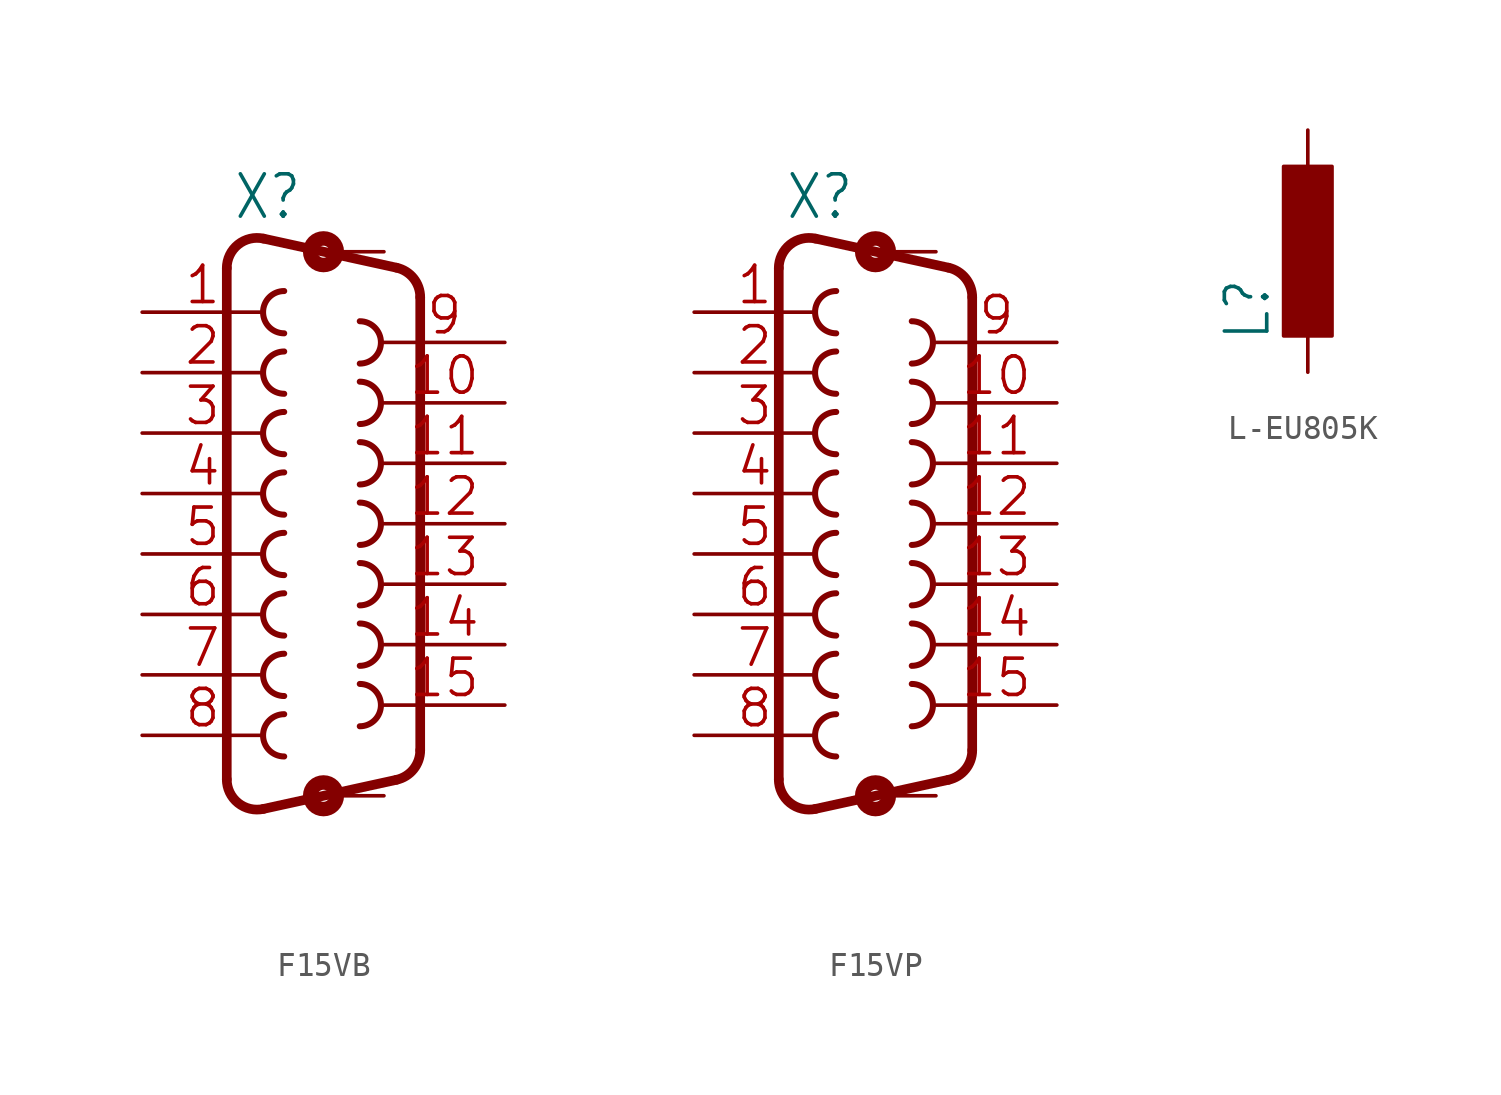
<source format=kicad_sym>
(kicad_symbol_lib
  (version 20241209)
  (generator "kicad_symbol_editor")
  (generator_version "9.0")
  (symbol "F15VB"
    (property "Reference" "X"
      (at -3.81 11.43 0)
      (effects (font (size 1.778 1.511)) (justify left bottom)))
    (property "Value" ""
      (at -4.445 -15.875 0)
      (effects (font (size 1.778 1.511)) (justify left bottom)))
    (property "ki_locked" ""
      (at 0 0 0)
      (effects (font (size 1.27 1.27))))
    (symbol "F15VB_1_0"
      (polyline (pts (xy -4.064 -12.011) (xy -4.064 9.471)) (stroke (width 0.406) (type solid)) (fill (type none)))
      (arc (start -2.5225 -13.252) (mid -3.5903 -13.0006) (end -4.064 -12.0112) (stroke (width 0.4064) (type solid)) (fill (type none)))
      (arc (start -4.064 9.4712) (mid -3.5902 10.4605) (end -2.5225 10.7119) (stroke (width 0.4064) (type solid)) (fill (type none)))
      (polyline (pts (xy -2.523 10.712) (xy 3.065 9.489)) (stroke (width 0.406) (type solid)) (fill (type none)))
      (polyline (pts (xy -2.523 -13.252) (xy 3.065 -12.029)) (stroke (width 0.406) (type solid)) (fill (type none)))
      (arc (start -1.651 6.731) (mid -2.54 7.62) (end -1.651 8.509) (stroke (width 0.254) (type solid)) (fill (type none)))
      (arc (start -1.651 4.191) (mid -2.54 5.08) (end -1.651 5.969) (stroke (width 0.254) (type solid)) (fill (type none)))
      (arc (start -1.651 1.651) (mid -2.54 2.54) (end -1.651 3.429) (stroke (width 0.254) (type solid)) (fill (type none)))
      (arc (start -1.651 -0.889) (mid -2.54 0) (end -1.651 0.889) (stroke (width 0.254) (type solid)) (fill (type none)))
      (arc (start -1.651 -3.429) (mid -2.54 -2.54) (end -1.651 -1.651) (stroke (width 0.254) (type solid)) (fill (type none)))
      (arc (start -1.651 -5.969) (mid -2.54 -5.08) (end -1.651 -4.191) (stroke (width 0.254) (type solid)) (fill (type none)))
      (arc (start -1.651 -8.509) (mid -2.54 -7.62) (end -1.651 -6.731) (stroke (width 0.254) (type solid)) (fill (type none)))
      (arc (start -1.651 -11.049) (mid -2.54 -10.16) (end -1.651 -9.271) (stroke (width 0.254) (type solid)) (fill (type none)))
      (circle (center 0 10.16) (radius 0.254) (stroke (width 0.61) (type solid)) (fill (type none)))
      (circle (center 0 -12.7) (radius 0.254) (stroke (width 0.61) (type solid)) (fill (type none)))
      (arc (start 1.524 7.239) (mid 2.413 6.35) (end 1.524 5.461) (stroke (width 0.254) (type solid)) (fill (type none)))
      (arc (start 1.524 4.699) (mid 2.413 3.81) (end 1.524 2.921) (stroke (width 0.254) (type solid)) (fill (type none)))
      (arc (start 1.524 2.159) (mid 2.413 1.27) (end 1.524 0.381) (stroke (width 0.254) (type solid)) (fill (type none)))
      (arc (start 1.524 -0.381) (mid 2.413 -1.27) (end 1.524 -2.159) (stroke (width 0.254) (type solid)) (fill (type none)))
      (arc (start 1.524 -2.921) (mid 2.413 -3.81) (end 1.524 -4.699) (stroke (width 0.254) (type solid)) (fill (type none)))
      (arc (start 1.524 -5.461) (mid 2.413 -6.35) (end 1.524 -7.239) (stroke (width 0.254) (type solid)) (fill (type none)))
      (arc (start 1.524 -8.001) (mid 2.413 -8.89) (end 1.524 -9.779) (stroke (width 0.254) (type solid)) (fill (type none)))
      (polyline (pts (xy 2.54 10.16) (xy 0 10.16)) (stroke (width 0.152) (type solid)) (fill (type none)))
      (polyline (pts (xy 2.54 -12.7) (xy 0 -12.7)) (stroke (width 0.152) (type solid)) (fill (type none)))
      (arc (start 4.064 -10.7887) (mid 3.7833 -11.585) (end 3.0654 -12.0294) (stroke (width 0.4064) (type solid)) (fill (type none)))
      (arc (start 3.0654 9.4895) (mid 3.7834 9.0452) (end 4.0642 8.2488) (stroke (width 0.4064) (type solid)) (fill (type none)))
      (polyline (pts (xy 4.064 -10.789) (xy 4.064 8.249)) (stroke (width 0.406) (type solid)) (fill (type none)))
      (pin passive line (at -7.62 7.62 0) (length 5.08) (name "1" (effects (font (size 0 0)))) (number "1" (effects (font (size 1.524 1.524)))))
      (pin passive line (at -7.62 5.08 0) (length 5.08) (name "2" (effects (font (size 0 0)))) (number "2" (effects (font (size 1.524 1.524)))))
      (pin passive line (at -7.62 2.54 0) (length 5.08) (name "3" (effects (font (size 0 0)))) (number "3" (effects (font (size 1.524 1.524)))))
      (pin passive line (at -7.62 0 0) (length 5.08) (name "4" (effects (font (size 0 0)))) (number "4" (effects (font (size 1.524 1.524)))))
      (pin passive line (at -7.62 -2.54 0) (length 5.08) (name "5" (effects (font (size 0 0)))) (number "5" (effects (font (size 1.524 1.524)))))
      (pin passive line (at -7.62 -5.08 0) (length 5.08) (name "6" (effects (font (size 0 0)))) (number "6" (effects (font (size 1.524 1.524)))))
      (pin passive line (at -7.62 -7.62 0) (length 5.08) (name "7" (effects (font (size 0 0)))) (number "7" (effects (font (size 1.524 1.524)))))
      (pin passive line (at -7.62 -10.16 0) (length 5.08) (name "8" (effects (font (size 0 0)))) (number "8" (effects (font (size 1.524 1.524)))))
      (pin passive line (at 7.62 6.35 180) (length 5.08) (name "9" (effects (font (size 0 0)))) (number "9" (effects (font (size 1.524 1.524)))))
      (pin passive line (at 7.62 3.81 180) (length 5.08) (name "10" (effects (font (size 0 0)))) (number "10" (effects (font (size 1.524 1.524)))))
      (pin passive line (at 7.62 1.27 180) (length 5.08) (name "11" (effects (font (size 0 0)))) (number "11" (effects (font (size 1.524 1.524)))))
      (pin passive line (at 7.62 -1.27 180) (length 5.08) (name "12" (effects (font (size 0 0)))) (number "12" (effects (font (size 1.524 1.524)))))
      (pin passive line (at 7.62 -3.81 180) (length 5.08) (name "13" (effects (font (size 0 0)))) (number "13" (effects (font (size 1.524 1.524)))))
      (pin passive line (at 7.62 -6.35 180) (length 5.08) (name "14" (effects (font (size 0 0)))) (number "14" (effects (font (size 1.524 1.524)))))
      (pin passive line (at 7.62 -8.89 180) (length 5.08) (name "15" (effects (font (size 0 0)))) (number "15" (effects (font (size 1.524 1.524)))))))
  (symbol "F15VP"
    (property "Reference" "X"
      (at -3.81 11.43 0)
      (effects (font (size 1.778 1.511)) (justify left bottom)))
    (property "Value" ""
      (at -4.445 -15.875 0)
      (effects (font (size 1.778 1.511)) (justify left bottom)))
    (property "ki_locked" ""
      (at 0 0 0)
      (effects (font (size 1.27 1.27))))
    (symbol "F15VP_1_0"
      (polyline (pts (xy -4.064 -12.011) (xy -4.064 9.471)) (stroke (width 0.406) (type solid)) (fill (type none)))
      (arc (start -2.5225 -13.252) (mid -3.5903 -13.0006) (end -4.064 -12.0112) (stroke (width 0.4064) (type solid)) (fill (type none)))
      (arc (start -4.064 9.4712) (mid -3.5902 10.4605) (end -2.5225 10.7119) (stroke (width 0.4064) (type solid)) (fill (type none)))
      (polyline (pts (xy -2.523 10.712) (xy 3.065 9.489)) (stroke (width 0.406) (type solid)) (fill (type none)))
      (polyline (pts (xy -2.523 -13.252) (xy 3.065 -12.029)) (stroke (width 0.406) (type solid)) (fill (type none)))
      (arc (start -1.651 6.731) (mid -2.54 7.62) (end -1.651 8.509) (stroke (width 0.254) (type solid)) (fill (type none)))
      (arc (start -1.651 4.191) (mid -2.54 5.08) (end -1.651 5.969) (stroke (width 0.254) (type solid)) (fill (type none)))
      (arc (start -1.651 1.651) (mid -2.54 2.54) (end -1.651 3.429) (stroke (width 0.254) (type solid)) (fill (type none)))
      (arc (start -1.651 -0.889) (mid -2.54 0) (end -1.651 0.889) (stroke (width 0.254) (type solid)) (fill (type none)))
      (arc (start -1.651 -3.429) (mid -2.54 -2.54) (end -1.651 -1.651) (stroke (width 0.254) (type solid)) (fill (type none)))
      (arc (start -1.651 -5.969) (mid -2.54 -5.08) (end -1.651 -4.191) (stroke (width 0.254) (type solid)) (fill (type none)))
      (arc (start -1.651 -8.509) (mid -2.54 -7.62) (end -1.651 -6.731) (stroke (width 0.254) (type solid)) (fill (type none)))
      (arc (start -1.651 -11.049) (mid -2.54 -10.16) (end -1.651 -9.271) (stroke (width 0.254) (type solid)) (fill (type none)))
      (circle (center 0 10.16) (radius 0.254) (stroke (width 0.61) (type solid)) (fill (type none)))
      (circle (center 0 -12.7) (radius 0.254) (stroke (width 0.61) (type solid)) (fill (type none)))
      (arc (start 1.524 7.239) (mid 2.413 6.35) (end 1.524 5.461) (stroke (width 0.254) (type solid)) (fill (type none)))
      (arc (start 1.524 4.699) (mid 2.413 3.81) (end 1.524 2.921) (stroke (width 0.254) (type solid)) (fill (type none)))
      (arc (start 1.524 2.159) (mid 2.413 1.27) (end 1.524 0.381) (stroke (width 0.254) (type solid)) (fill (type none)))
      (arc (start 1.524 -0.381) (mid 2.413 -1.27) (end 1.524 -2.159) (stroke (width 0.254) (type solid)) (fill (type none)))
      (arc (start 1.524 -2.921) (mid 2.413 -3.81) (end 1.524 -4.699) (stroke (width 0.254) (type solid)) (fill (type none)))
      (arc (start 1.524 -5.461) (mid 2.413 -6.35) (end 1.524 -7.239) (stroke (width 0.254) (type solid)) (fill (type none)))
      (arc (start 1.524 -8.001) (mid 2.413 -8.89) (end 1.524 -9.779) (stroke (width 0.254) (type solid)) (fill (type none)))
      (polyline (pts (xy 2.54 10.16) (xy 0 10.16)) (stroke (width 0.152) (type solid)) (fill (type none)))
      (polyline (pts (xy 2.54 -12.7) (xy 0 -12.7)) (stroke (width 0.152) (type solid)) (fill (type none)))
      (arc (start 4.064 -10.7887) (mid 3.7833 -11.585) (end 3.0654 -12.0294) (stroke (width 0.4064) (type solid)) (fill (type none)))
      (arc (start 3.0654 9.4895) (mid 3.7834 9.0452) (end 4.0642 8.2488) (stroke (width 0.4064) (type solid)) (fill (type none)))
      (polyline (pts (xy 4.064 -10.789) (xy 4.064 8.249)) (stroke (width 0.406) (type solid)) (fill (type none)))
      (pin passive line (at -7.62 7.62 0) (length 5.08) (name "1" (effects (font (size 0 0)))) (number "1" (effects (font (size 1.524 1.524)))))
      (pin passive line (at -7.62 5.08 0) (length 5.08) (name "2" (effects (font (size 0 0)))) (number "2" (effects (font (size 1.524 1.524)))))
      (pin passive line (at -7.62 2.54 0) (length 5.08) (name "3" (effects (font (size 0 0)))) (number "3" (effects (font (size 1.524 1.524)))))
      (pin passive line (at -7.62 0 0) (length 5.08) (name "4" (effects (font (size 0 0)))) (number "4" (effects (font (size 1.524 1.524)))))
      (pin passive line (at -7.62 -2.54 0) (length 5.08) (name "5" (effects (font (size 0 0)))) (number "5" (effects (font (size 1.524 1.524)))))
      (pin passive line (at -7.62 -5.08 0) (length 5.08) (name "6" (effects (font (size 0 0)))) (number "6" (effects (font (size 1.524 1.524)))))
      (pin passive line (at -7.62 -7.62 0) (length 5.08) (name "7" (effects (font (size 0 0)))) (number "7" (effects (font (size 1.524 1.524)))))
      (pin passive line (at -7.62 -10.16 0) (length 5.08) (name "8" (effects (font (size 0 0)))) (number "8" (effects (font (size 1.524 1.524)))))
      (pin passive line (at 7.62 6.35 180) (length 5.08) (name "9" (effects (font (size 0 0)))) (number "9" (effects (font (size 1.524 1.524)))))
      (pin passive line (at 7.62 3.81 180) (length 5.08) (name "10" (effects (font (size 0 0)))) (number "10" (effects (font (size 1.524 1.524)))))
      (pin passive line (at 7.62 1.27 180) (length 5.08) (name "11" (effects (font (size 0 0)))) (number "11" (effects (font (size 1.524 1.524)))))
      (pin passive line (at 7.62 -1.27 180) (length 5.08) (name "12" (effects (font (size 0 0)))) (number "12" (effects (font (size 1.524 1.524)))))
      (pin passive line (at 7.62 -3.81 180) (length 5.08) (name "13" (effects (font (size 0 0)))) (number "13" (effects (font (size 1.524 1.524)))))
      (pin passive line (at 7.62 -6.35 180) (length 5.08) (name "14" (effects (font (size 0 0)))) (number "14" (effects (font (size 1.524 1.524)))))
      (pin passive line (at 7.62 -8.89 180) (length 5.08) (name "15" (effects (font (size 0 0)))) (number "15" (effects (font (size 1.524 1.524)))))))
  (symbol "L-EU805K"
    (property "Reference" "L"
      (at -1.499 -3.81 90)
      (effects (font (size 1.778 1.511)) (justify left bottom)))
    (property "Value" ""
      (at 3.302 -3.81 90)
      (effects (font (size 1.778 1.511)) (justify left bottom)))
    (property "ki_locked" ""
      (at 0 0 0)
      (effects (font (size 1.27 1.27))))
    (symbol "L-EU805K_1_0"
      (rectangle (start -1.016 -3.556) (end 1.016 3.556) (stroke (width 0) (type default)) (fill (type outline)))
      (pin passive line (at 0 5.08 270) (length 2.54) (name "1" (effects (font (size 0 0)))) (number "1" (effects (font (size 0 0)))))
      (pin passive line (at 0 -5.08 90) (length 2.54) (name "2" (effects (font (size 0 0)))) (number "2" (effects (font (size 0 0))))))))
</source>
